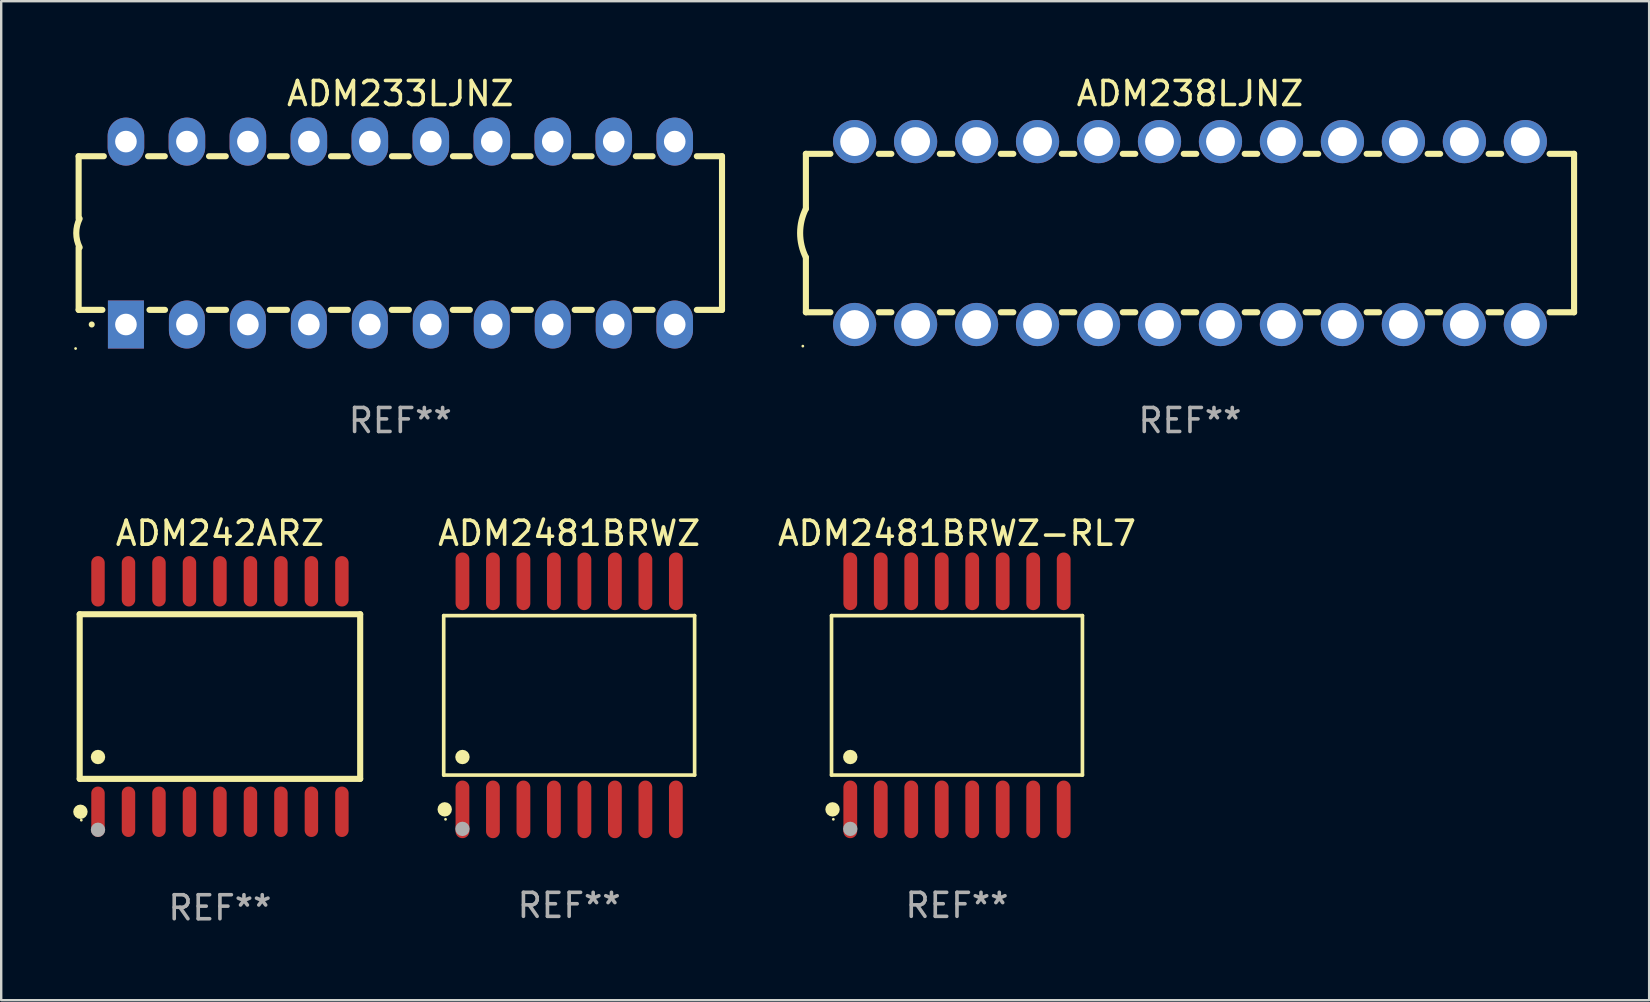
<source format=kicad_pcb>
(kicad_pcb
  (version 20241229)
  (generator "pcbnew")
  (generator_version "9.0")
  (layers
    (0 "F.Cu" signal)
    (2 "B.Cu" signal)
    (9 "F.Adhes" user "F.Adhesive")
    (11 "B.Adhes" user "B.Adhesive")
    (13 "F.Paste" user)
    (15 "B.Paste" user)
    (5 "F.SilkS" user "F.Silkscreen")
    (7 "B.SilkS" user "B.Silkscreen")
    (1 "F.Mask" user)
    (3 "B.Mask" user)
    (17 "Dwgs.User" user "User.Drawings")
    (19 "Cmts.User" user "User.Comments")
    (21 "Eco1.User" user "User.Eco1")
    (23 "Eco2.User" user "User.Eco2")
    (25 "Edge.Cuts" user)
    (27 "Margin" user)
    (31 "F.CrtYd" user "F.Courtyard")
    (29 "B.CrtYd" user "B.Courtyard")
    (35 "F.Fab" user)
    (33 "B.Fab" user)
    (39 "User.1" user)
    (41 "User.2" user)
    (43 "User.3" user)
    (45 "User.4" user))
  (footprint "ADM233LJNZ"
    (layer "F.Cu")
    (at 13.626 6.658)
    (property "Reference" "ADM233LJNZ" (at 0 -5.81 0) (layer "F.SilkS") (effects (font (size 1 1) (thickness 0.15))))
    (attr through_hole)
    (fp_line (start -13.4 -3.2) (end -12.351 -3.2) (stroke (width 0.254) (type solid)) (layer "F.SilkS"))
    (fp_line (start -13.4 -0.6) (end -13.4 -3.2) (stroke (width 0.254) (type solid)) (layer "F.SilkS"))
    (fp_line (start -13.4 3.2) (end -13.4 0.6) (stroke (width 0.254) (type solid)) (layer "F.SilkS"))
    (fp_line (start -13.4 3.2) (end -12.411 3.2) (stroke (width 0.254) (type solid)) (layer "F.SilkS"))
    (fp_line (start -10.509 -3.2) (end -9.811 -3.2) (stroke (width 0.254) (type solid)) (layer "F.SilkS"))
    (fp_line (start -10.449 3.2) (end -9.803 3.2) (stroke (width 0.254) (type solid)) (layer "F.SilkS"))
    (fp_line (start -7.977 3.2) (end -7.263 3.2) (stroke (width 0.254) (type solid)) (layer "F.SilkS"))
    (fp_line (start -7.969 -3.2) (end -7.271 -3.2) (stroke (width 0.254) (type solid)) (layer "F.SilkS"))
    (fp_line (start -5.437 3.2) (end -4.723 3.2) (stroke (width 0.254) (type solid)) (layer "F.SilkS"))
    (fp_line (start -5.429 -3.2) (end -4.731 -3.2) (stroke (width 0.254) (type solid)) (layer "F.SilkS"))
    (fp_line (start -2.897 3.2) (end -2.183 3.2) (stroke (width 0.254) (type solid)) (layer "F.SilkS"))
    (fp_line (start -2.889 -3.2) (end -2.191 -3.2) (stroke (width 0.254) (type solid)) (layer "F.SilkS"))
    (fp_line (start -0.357 3.2) (end 0.357 3.2) (stroke (width 0.254) (type solid)) (layer "F.SilkS"))
    (fp_line (start -0.349 -3.2) (end 0.349 -3.2) (stroke (width 0.254) (type solid)) (layer "F.SilkS"))
    (fp_line (start 2.183 3.2) (end 2.897 3.2) (stroke (width 0.254) (type solid)) (layer "F.SilkS"))
    (fp_line (start 2.191 -3.2) (end 2.889 -3.2) (stroke (width 0.254) (type solid)) (layer "F.SilkS"))
    (fp_line (start 4.723 3.2) (end 5.437 3.2) (stroke (width 0.254) (type solid)) (layer "F.SilkS"))
    (fp_line (start 4.731 -3.2) (end 5.429 -3.2) (stroke (width 0.254) (type solid)) (layer "F.SilkS"))
    (fp_line (start 7.263 3.2) (end 7.977 3.2) (stroke (width 0.254) (type solid)) (layer "F.SilkS"))
    (fp_line (start 7.271 -3.2) (end 7.969 -3.2) (stroke (width 0.254) (type solid)) (layer "F.SilkS"))
    (fp_line (start 9.803 3.2) (end 10.509 3.2) (stroke (width 0.254) (type solid)) (layer "F.SilkS"))
    (fp_line (start 9.811 -3.2) (end 10.509 -3.2) (stroke (width 0.254) (type solid)) (layer "F.SilkS"))
    (fp_line (start 12.351 -3.2) (end 13.4 -3.2) (stroke (width 0.254) (type solid)) (layer "F.SilkS"))
    (fp_line (start 12.351 3.2) (end 13.4 3.2) (stroke (width 0.254) (type solid)) (layer "F.SilkS"))
    (fp_line (start 13.4 -3.2) (end 13.4 3.2) (stroke (width 0.254) (type solid)) (layer "F.SilkS"))
    (fp_arc (start -13.357557 0.599721) (mid -13.499295 0.000123) (end -13.358598 -0.599721) (stroke (width 0.254001) (type solid)) (layer "F.SilkS"))
    (fp_arc (start -12.854966 3.810008) (mid -12.854973 3.808738) (end -12.854966 3.807468) (stroke (width 0.25) (type solid)) (layer "F.SilkS"))
    (fp_circle (center -13.527 4.81) (end -13.497 4.81) (stroke (width 0.06) (type solid)) (fill no) (layer "F.SilkS"))
    (fp_text user "REF**" (at 0 7.81 0) (layer "F.Fab") (effects (font (size 1 1) (thickness 0.15))))
    (pad "1" thru_hole rect (at -11.43 3.81 90) (size 2 1.5) (drill 0.9) (layers "*.Cu" "*.Mask"))
    (pad "2" thru_hole oval (at -8.89 3.81 90) (size 2 1.5) (drill 0.9) (layers "*.Cu" "*.Mask"))
    (pad "3" thru_hole oval (at -6.35 3.81 90) (size 2 1.5) (drill 0.9) (layers "*.Cu" "*.Mask"))
    (pad "4" thru_hole oval (at -3.81 3.81 90) (size 2 1.5) (drill 0.9) (layers "*.Cu" "*.Mask"))
    (pad "5" thru_hole oval (at -1.27 3.81 90) (size 2 1.5) (drill 0.9) (layers "*.Cu" "*.Mask"))
    (pad "6" thru_hole oval (at 1.27 3.81 90) (size 2 1.5) (drill 0.9) (layers "*.Cu" "*.Mask"))
    (pad "7" thru_hole oval (at 3.81 3.81 90) (size 2 1.5) (drill 0.9) (layers "*.Cu" "*.Mask"))
    (pad "8" thru_hole oval (at 6.35 3.81 90) (size 2 1.5) (drill 0.9) (layers "*.Cu" "*.Mask"))
    (pad "9" thru_hole oval (at 8.89 3.81 90) (size 2 1.5) (drill 0.9) (layers "*.Cu" "*.Mask"))
    (pad "10" thru_hole oval (at 11.43 3.81 90) (size 2 1.524) (drill 0.9) (layers "*.Cu" "*.Mask"))
    (pad "11" thru_hole oval (at 11.43 -3.81 90) (size 2 1.524) (drill 0.9) (layers "*.Cu" "*.Mask"))
    (pad "12" thru_hole oval (at 8.89 -3.81 90) (size 2 1.524) (drill 0.9) (layers "*.Cu" "*.Mask"))
    (pad "13" thru_hole oval (at 6.35 -3.81 90) (size 2 1.524) (drill 0.9) (layers "*.Cu" "*.Mask"))
    (pad "14" thru_hole oval (at 3.81 -3.81 90) (size 2 1.524) (drill 0.9) (layers "*.Cu" "*.Mask"))
    (pad "15" thru_hole oval (at 1.27 -3.81 90) (size 2 1.524) (drill 0.9) (layers "*.Cu" "*.Mask"))
    (pad "16" thru_hole oval (at -1.27 -3.81 90) (size 2 1.524) (drill 0.9) (layers "*.Cu" "*.Mask"))
    (pad "17" thru_hole oval (at -3.81 -3.81 90) (size 2 1.524) (drill 0.9) (layers "*.Cu" "*.Mask"))
    (pad "18" thru_hole oval (at -6.35 -3.81 90) (size 2 1.524) (drill 0.9) (layers "*.Cu" "*.Mask"))
    (pad "19" thru_hole oval (at -8.89 -3.81 90) (size 2 1.524) (drill 0.9) (layers "*.Cu" "*.Mask"))
    (pad "20" thru_hole oval (at -11.43 -3.81 90) (size 2 1.524) (drill 0.9) (layers "*.Cu" "*.Mask")))
  (footprint "ADM2481BRWZ"
    (layer "F.Cu")
    (at 20.659 25.915)
    (property "Reference" "ADM2481BRWZ" (at 0 -6.75 0) (layer "F.SilkS") (effects (font (size 1 1) (thickness 0.15))))
    (attr through_hole)
    (fp_line (start -5.226 -3.321) (end 5.226 -3.321) (stroke (width 0.152) (type solid)) (layer "F.SilkS"))
    (fp_line (start -5.226 3.321) (end -5.226 -3.321) (stroke (width 0.152) (type solid)) (layer "F.SilkS"))
    (fp_line (start 5.226 -3.321) (end 5.226 3.321) (stroke (width 0.152) (type solid)) (layer "F.SilkS"))
    (fp_line (start 5.226 3.321) (end -5.226 3.321) (stroke (width 0.152) (type solid)) (layer "F.SilkS"))
    (fp_circle (center -5.184 4.75) (end -5.034 4.75) (stroke (width 0.3) (type solid)) (fill no) (layer "F.SilkS"))
    (fp_circle (center -5.15 5.163) (end -5.12 5.163) (stroke (width 0.06) (type solid)) (fill no) (layer "F.SilkS"))
    (fp_circle (center -4.445 2.569) (end -4.295 2.569) (stroke (width 0.3) (type solid)) (fill no) (layer "F.SilkS"))
    (fp_circle (center -4.445 5.563) (end -4.295 5.563) (stroke (width 0.3) (type solid)) (fill no) (layer "F.Fab"))
    (fp_text user "REF**" (at 0 8.75 0) (layer "F.Fab") (effects (font (size 1 1) (thickness 0.15))))
    (pad "1" smd oval (at -4.445 4.75) (size 0.574 2.401) (layers "F.Cu" "F.Mask" "F.Paste"))
    (pad "2" smd oval (at -3.175 4.75) (size 0.574 2.401) (layers "F.Cu" "F.Mask" "F.Paste"))
    (pad "3" smd oval (at -1.905 4.75) (size 0.574 2.401) (layers "F.Cu" "F.Mask" "F.Paste"))
    (pad "4" smd oval (at -0.635 4.75) (size 0.574 2.401) (layers "F.Cu" "F.Mask" "F.Paste"))
    (pad "5" smd oval (at 0.635 4.75) (size 0.574 2.401) (layers "F.Cu" "F.Mask" "F.Paste"))
    (pad "6" smd oval (at 1.905 4.75) (size 0.574 2.401) (layers "F.Cu" "F.Mask" "F.Paste"))
    (pad "7" smd oval (at 3.175 4.75) (size 0.574 2.401) (layers "F.Cu" "F.Mask" "F.Paste"))
    (pad "8" smd oval (at 4.445 4.75) (size 0.574 2.401) (layers "F.Cu" "F.Mask" "F.Paste"))
    (pad "9" smd oval (at 4.445 -4.75) (size 0.574 2.401) (layers "F.Cu" "F.Mask" "F.Paste"))
    (pad "10" smd oval (at 3.175 -4.75) (size 0.574 2.401) (layers "F.Cu" "F.Mask" "F.Paste"))
    (pad "11" smd oval (at 1.905 -4.75) (size 0.574 2.401) (layers "F.Cu" "F.Mask" "F.Paste"))
    (pad "12" smd oval (at 0.635 -4.75) (size 0.574 2.401) (layers "F.Cu" "F.Mask" "F.Paste"))
    (pad "13" smd oval (at -0.635 -4.75) (size 0.574 2.401) (layers "F.Cu" "F.Mask" "F.Paste"))
    (pad "14" smd oval (at -1.905 -4.75) (size 0.574 2.401) (layers "F.Cu" "F.Mask" "F.Paste"))
    (pad "15" smd oval (at -3.175 -4.75) (size 0.574 2.401) (layers "F.Cu" "F.Mask" "F.Paste"))
    (pad "16" smd oval (at -4.445 -4.75) (size 0.574 2.401) (layers "F.Cu" "F.Mask" "F.Paste")))
  (footprint "ADM242ARZ"
    (layer "F.Cu")
    (at 6.112 25.965)
    (property "Reference" "ADM242ARZ" (at 0 -6.8 0) (layer "F.SilkS") (effects (font (size 1 1) (thickness 0.15))))
    (attr through_hole)
    (fp_line (start -5.842 -3.429) (end -5.842 3.429) (stroke (width 0.254) (type solid)) (layer "F.SilkS"))
    (fp_line (start -5.842 3.429) (end 5.842 3.429) (stroke (width 0.254) (type solid)) (layer "F.SilkS"))
    (fp_line (start 5.842 -3.429) (end -5.842 -3.429) (stroke (width 0.254) (type solid)) (layer "F.SilkS"))
    (fp_line (start 5.842 3.429) (end 5.842 -3.429) (stroke (width 0.254) (type solid)) (layer "F.SilkS"))
    (fp_circle (center -5.812 4.8) (end -5.662 4.8) (stroke (width 0.3) (type solid)) (fill no) (layer "F.SilkS"))
    (fp_circle (center -5.775 5.15) (end -5.745 5.15) (stroke (width 0.06) (type solid)) (fill no) (layer "F.SilkS"))
    (fp_circle (center -5.08 2.519) (end -4.93 2.519) (stroke (width 0.3) (type solid)) (fill no) (layer "F.SilkS"))
    (fp_circle (center -5.08 5.55) (end -4.93 5.55) (stroke (width 0.3) (type solid)) (fill no) (layer "F.Fab"))
    (fp_text user "REF**" (at 0 8.8 0) (layer "F.Fab") (effects (font (size 1 1) (thickness 0.15))))
    (pad "1" smd oval (at -5.08 4.8) (size 0.56 2.1) (layers "F.Cu" "F.Mask" "F.Paste"))
    (pad "2" smd oval (at -3.81 4.8) (size 0.56 2.1) (layers "F.Cu" "F.Mask" "F.Paste"))
    (pad "3" smd oval (at -2.54 4.8) (size 0.56 2.1) (layers "F.Cu" "F.Mask" "F.Paste"))
    (pad "4" smd oval (at -1.27 4.8) (size 0.56 2.1) (layers "F.Cu" "F.Mask" "F.Paste"))
    (pad "5" smd oval (at 0 4.8) (size 0.56 2.1) (layers "F.Cu" "F.Mask" "F.Paste"))
    (pad "6" smd oval (at 1.27 4.8) (size 0.56 2.1) (layers "F.Cu" "F.Mask" "F.Paste"))
    (pad "7" smd oval (at 2.54 4.8) (size 0.56 2.1) (layers "F.Cu" "F.Mask" "F.Paste"))
    (pad "8" smd oval (at 3.81 4.8) (size 0.56 2.1) (layers "F.Cu" "F.Mask" "F.Paste"))
    (pad "9" smd oval (at 5.08 4.8) (size 0.56 2.1) (layers "F.Cu" "F.Mask" "F.Paste"))
    (pad "10" smd oval (at 5.08 -4.8) (size 0.56 2.1) (layers "F.Cu" "F.Mask" "F.Paste"))
    (pad "11" smd oval (at 3.81 -4.8) (size 0.56 2.1) (layers "F.Cu" "F.Mask" "F.Paste"))
    (pad "12" smd oval (at 2.54 -4.8) (size 0.56 2.1) (layers "F.Cu" "F.Mask" "F.Paste"))
    (pad "13" smd oval (at 1.27 -4.8) (size 0.56 2.1) (layers "F.Cu" "F.Mask" "F.Paste"))
    (pad "14" smd oval (at 0 -4.8) (size 0.56 2.1) (layers "F.Cu" "F.Mask" "F.Paste"))
    (pad "15" smd oval (at -1.27 -4.8) (size 0.56 2.1) (layers "F.Cu" "F.Mask" "F.Paste"))
    (pad "16" smd oval (at -2.54 -4.8) (size 0.56 2.1) (layers "F.Cu" "F.Mask" "F.Paste"))
    (pad "17" smd oval (at -3.81 -4.8) (size 0.56 2.1) (layers "F.Cu" "F.Mask" "F.Paste"))
    (pad "18" smd oval (at -5.08 -4.8) (size 0.56 2.1) (layers "F.Cu" "F.Mask" "F.Paste")))
  (footprint "ADM2481BRWZ-RL7"
    (layer "F.Cu")
    (at 36.814 25.915)
    (property "Reference" "ADM2481BRWZ-RL7" (at 0 -6.75 0) (layer "F.SilkS") (effects (font (size 1 1) (thickness 0.15))))
    (attr through_hole)
    (fp_line (start -5.226 -3.321) (end 5.226 -3.321) (stroke (width 0.152) (type solid)) (layer "F.SilkS"))
    (fp_line (start -5.226 3.321) (end -5.226 -3.321) (stroke (width 0.152) (type solid)) (layer "F.SilkS"))
    (fp_line (start 5.226 -3.321) (end 5.226 3.321) (stroke (width 0.152) (type solid)) (layer "F.SilkS"))
    (fp_line (start 5.226 3.321) (end -5.226 3.321) (stroke (width 0.152) (type solid)) (layer "F.SilkS"))
    (fp_circle (center -5.184 4.75) (end -5.034 4.75) (stroke (width 0.3) (type solid)) (fill no) (layer "F.SilkS"))
    (fp_circle (center -5.15 5.163) (end -5.12 5.163) (stroke (width 0.06) (type solid)) (fill no) (layer "F.SilkS"))
    (fp_circle (center -4.445 2.569) (end -4.295 2.569) (stroke (width 0.3) (type solid)) (fill no) (layer "F.SilkS"))
    (fp_circle (center -4.445 5.563) (end -4.295 5.563) (stroke (width 0.3) (type solid)) (fill no) (layer "F.Fab"))
    (fp_text user "REF**" (at 0 8.75 0) (layer "F.Fab") (effects (font (size 1 1) (thickness 0.15))))
    (pad "1" smd oval (at -4.445 4.75) (size 0.574 2.401) (layers "F.Cu" "F.Mask" "F.Paste"))
    (pad "2" smd oval (at -3.175 4.75) (size 0.574 2.401) (layers "F.Cu" "F.Mask" "F.Paste"))
    (pad "3" smd oval (at -1.905 4.75) (size 0.574 2.401) (layers "F.Cu" "F.Mask" "F.Paste"))
    (pad "4" smd oval (at -0.635 4.75) (size 0.574 2.401) (layers "F.Cu" "F.Mask" "F.Paste"))
    (pad "5" smd oval (at 0.635 4.75) (size 0.574 2.401) (layers "F.Cu" "F.Mask" "F.Paste"))
    (pad "6" smd oval (at 1.905 4.75) (size 0.574 2.401) (layers "F.Cu" "F.Mask" "F.Paste"))
    (pad "7" smd oval (at 3.175 4.75) (size 0.574 2.401) (layers "F.Cu" "F.Mask" "F.Paste"))
    (pad "8" smd oval (at 4.445 4.75) (size 0.574 2.401) (layers "F.Cu" "F.Mask" "F.Paste"))
    (pad "9" smd oval (at 4.445 -4.75) (size 0.574 2.401) (layers "F.Cu" "F.Mask" "F.Paste"))
    (pad "10" smd oval (at 3.175 -4.75) (size 0.574 2.401) (layers "F.Cu" "F.Mask" "F.Paste"))
    (pad "11" smd oval (at 1.905 -4.75) (size 0.574 2.401) (layers "F.Cu" "F.Mask" "F.Paste"))
    (pad "12" smd oval (at 0.635 -4.75) (size 0.574 2.401) (layers "F.Cu" "F.Mask" "F.Paste"))
    (pad "13" smd oval (at -0.635 -4.75) (size 0.574 2.401) (layers "F.Cu" "F.Mask" "F.Paste"))
    (pad "14" smd oval (at -1.905 -4.75) (size 0.574 2.401) (layers "F.Cu" "F.Mask" "F.Paste"))
    (pad "15" smd oval (at -3.175 -4.75) (size 0.574 2.401) (layers "F.Cu" "F.Mask" "F.Paste"))
    (pad "16" smd oval (at -4.445 -4.75) (size 0.574 2.401) (layers "F.Cu" "F.Mask" "F.Paste")))
  (footprint "ADM238LJNZ"
    (layer "F.Cu")
    (at 46.52 6.658)
    (property "Reference" "ADM238LJNZ" (at 0 -5.81 0) (layer "F.SilkS") (effects (font (size 1 1) (thickness 0.15))))
    (attr through_hole)
    (fp_line (start -16 -3.3) (end -16 -1.017) (stroke (width 0.254) (type solid)) (layer "F.SilkS"))
    (fp_line (start -16 -3.3) (end -14.979 -3.3) (stroke (width 0.254) (type solid)) (layer "F.SilkS"))
    (fp_line (start -16 3.3) (end -16 1.015) (stroke (width 0.254) (type solid)) (layer "F.SilkS"))
    (fp_line (start -14.979 3.3) (end -16 3.3) (stroke (width 0.254) (type solid)) (layer "F.SilkS"))
    (fp_line (start -12.961 -3.3) (end -12.439 -3.3) (stroke (width 0.254) (type solid)) (layer "F.SilkS"))
    (fp_line (start -12.439 3.3) (end -12.961 3.3) (stroke (width 0.254) (type solid)) (layer "F.SilkS"))
    (fp_line (start -10.421 -3.3) (end -9.899 -3.3) (stroke (width 0.254) (type solid)) (layer "F.SilkS"))
    (fp_line (start -9.899 3.3) (end -10.421 3.3) (stroke (width 0.254) (type solid)) (layer "F.SilkS"))
    (fp_line (start -7.881 -3.3) (end -7.359 -3.3) (stroke (width 0.254) (type solid)) (layer "F.SilkS"))
    (fp_line (start -7.359 3.3) (end -7.881 3.3) (stroke (width 0.254) (type solid)) (layer "F.SilkS"))
    (fp_line (start -5.341 -3.3) (end -4.819 -3.3) (stroke (width 0.254) (type solid)) (layer "F.SilkS"))
    (fp_line (start -4.819 3.3) (end -5.341 3.3) (stroke (width 0.254) (type solid)) (layer "F.SilkS"))
    (fp_line (start -2.801 -3.3) (end -2.279 -3.3) (stroke (width 0.254) (type solid)) (layer "F.SilkS"))
    (fp_line (start -2.279 3.3) (end -2.801 3.3) (stroke (width 0.254) (type solid)) (layer "F.SilkS"))
    (fp_line (start -0.261 -3.3) (end 0.261 -3.3) (stroke (width 0.254) (type solid)) (layer "F.SilkS"))
    (fp_line (start 0.261 3.3) (end -0.261 3.3) (stroke (width 0.254) (type solid)) (layer "F.SilkS"))
    (fp_line (start 2.279 -3.3) (end 2.801 -3.3) (stroke (width 0.254) (type solid)) (layer "F.SilkS"))
    (fp_line (start 2.801 3.3) (end 2.279 3.3) (stroke (width 0.254) (type solid)) (layer "F.SilkS"))
    (fp_line (start 4.819 -3.3) (end 5.341 -3.3) (stroke (width 0.254) (type solid)) (layer "F.SilkS"))
    (fp_line (start 5.341 3.3) (end 4.819 3.3) (stroke (width 0.254) (type solid)) (layer "F.SilkS"))
    (fp_line (start 7.359 -3.3) (end 7.881 -3.3) (stroke (width 0.254) (type solid)) (layer "F.SilkS"))
    (fp_line (start 7.881 3.3) (end 7.359 3.3) (stroke (width 0.254) (type solid)) (layer "F.SilkS"))
    (fp_line (start 9.899 -3.3) (end 10.421 -3.3) (stroke (width 0.254) (type solid)) (layer "F.SilkS"))
    (fp_line (start 10.421 3.3) (end 9.899 3.3) (stroke (width 0.254) (type solid)) (layer "F.SilkS"))
    (fp_line (start 12.439 -3.3) (end 12.961 -3.3) (stroke (width 0.254) (type solid)) (layer "F.SilkS"))
    (fp_line (start 12.961 3.3) (end 12.439 3.3) (stroke (width 0.254) (type solid)) (layer "F.SilkS"))
    (fp_line (start 14.979 -3.3) (end 16 -3.3) (stroke (width 0.254) (type solid)) (layer "F.SilkS"))
    (fp_line (start 16 -3.3) (end 16 3.3) (stroke (width 0.254) (type solid)) (layer "F.SilkS"))
    (fp_line (start 16 3.3) (end 14.979 3.3) (stroke (width 0.254) (type solid)) (layer "F.SilkS"))
    (fp_arc (start -16.000025 1.01524) (mid -16.239871 -0.000762) (end -16.000025 -1.016764) (stroke (width 0.254001) (type solid)) (layer "F.SilkS"))
    (fp_circle (center -16.127 4.71) (end -16.097 4.71) (stroke (width 0.06) (type solid)) (fill no) (layer "F.SilkS"))
    (fp_text user "REF**" (at 0 7.81 0) (layer "F.Fab") (effects (font (size 1 1) (thickness 0.15))))
    (pad "1" thru_hole circle (at -13.97 3.81) (size 1.8 1.8) (drill 1.2) (layers "*.Cu" "*.Mask"))
    (pad "2" thru_hole circle (at -11.43 3.81) (size 1.8 1.8) (drill 1.2) (layers "*.Cu" "*.Mask"))
    (pad "3" thru_hole circle (at -8.89 3.81) (size 1.8 1.8) (drill 1.2) (layers "*.Cu" "*.Mask"))
    (pad "4" thru_hole circle (at -6.35 3.81) (size 1.8 1.8) (drill 1.2) (layers "*.Cu" "*.Mask"))
    (pad "5" thru_hole circle (at -3.81 3.81) (size 1.8 1.8) (drill 1.2) (layers "*.Cu" "*.Mask"))
    (pad "6" thru_hole circle (at -1.27 3.81) (size 1.8 1.8) (drill 1.2) (layers "*.Cu" "*.Mask"))
    (pad "7" thru_hole circle (at 1.27 3.81) (size 1.8 1.8) (drill 1.2) (layers "*.Cu" "*.Mask"))
    (pad "8" thru_hole circle (at 3.81 3.81) (size 1.8 1.8) (drill 1.2) (layers "*.Cu" "*.Mask"))
    (pad "9" thru_hole circle (at 6.35 3.81) (size 1.8 1.8) (drill 1.2) (layers "*.Cu" "*.Mask"))
    (pad "10" thru_hole circle (at 8.89 3.81) (size 1.8 1.8) (drill 1.2) (layers "*.Cu" "*.Mask"))
    (pad "11" thru_hole circle (at 11.43 3.81) (size 1.8 1.8) (drill 1.2) (layers "*.Cu" "*.Mask"))
    (pad "12" thru_hole circle (at 13.97 3.81) (size 1.8 1.8) (drill 1.2) (layers "*.Cu" "*.Mask"))
    (pad "13" thru_hole circle (at 13.97 -3.81) (size 1.8 1.8) (drill 1.2) (layers "*.Cu" "*.Mask"))
    (pad "14" thru_hole circle (at 11.43 -3.81) (size 1.8 1.8) (drill 1.2) (layers "*.Cu" "*.Mask"))
    (pad "15" thru_hole circle (at 8.89 -3.81) (size 1.8 1.8) (drill 1.2) (layers "*.Cu" "*.Mask"))
    (pad "16" thru_hole circle (at 6.35 -3.81) (size 1.8 1.8) (drill 1.2) (layers "*.Cu" "*.Mask"))
    (pad "17" thru_hole circle (at 3.81 -3.81) (size 1.8 1.8) (drill 1.2) (layers "*.Cu" "*.Mask"))
    (pad "18" thru_hole circle (at 1.27 -3.81) (size 1.8 1.8) (drill 1.2) (layers "*.Cu" "*.Mask"))
    (pad "19" thru_hole circle (at -1.27 -3.81) (size 1.8 1.8) (drill 1.2) (layers "*.Cu" "*.Mask"))
    (pad "20" thru_hole circle (at -3.81 -3.81) (size 1.8 1.8) (drill 1.2) (layers "*.Cu" "*.Mask"))
    (pad "21" thru_hole circle (at -6.35 -3.81) (size 1.8 1.8) (drill 1.2) (layers "*.Cu" "*.Mask"))
    (pad "22" thru_hole circle (at -8.89 -3.81) (size 1.8 1.8) (drill 1.2) (layers "*.Cu" "*.Mask"))
    (pad "23" thru_hole circle (at -11.43 -3.81) (size 1.8 1.8) (drill 1.2) (layers "*.Cu" "*.Mask"))
    (pad "24" thru_hole circle (at -13.97 -3.81) (size 1.8 1.8) (drill 1.2) (layers "*.Cu" "*.Mask")))
  (gr_rect
    (start -3 -3)
    (end 65.647 38.613)
    (stroke (width 0.1) (type default))
    (fill no)
    (layer "Edge.Cuts")))
</source>
